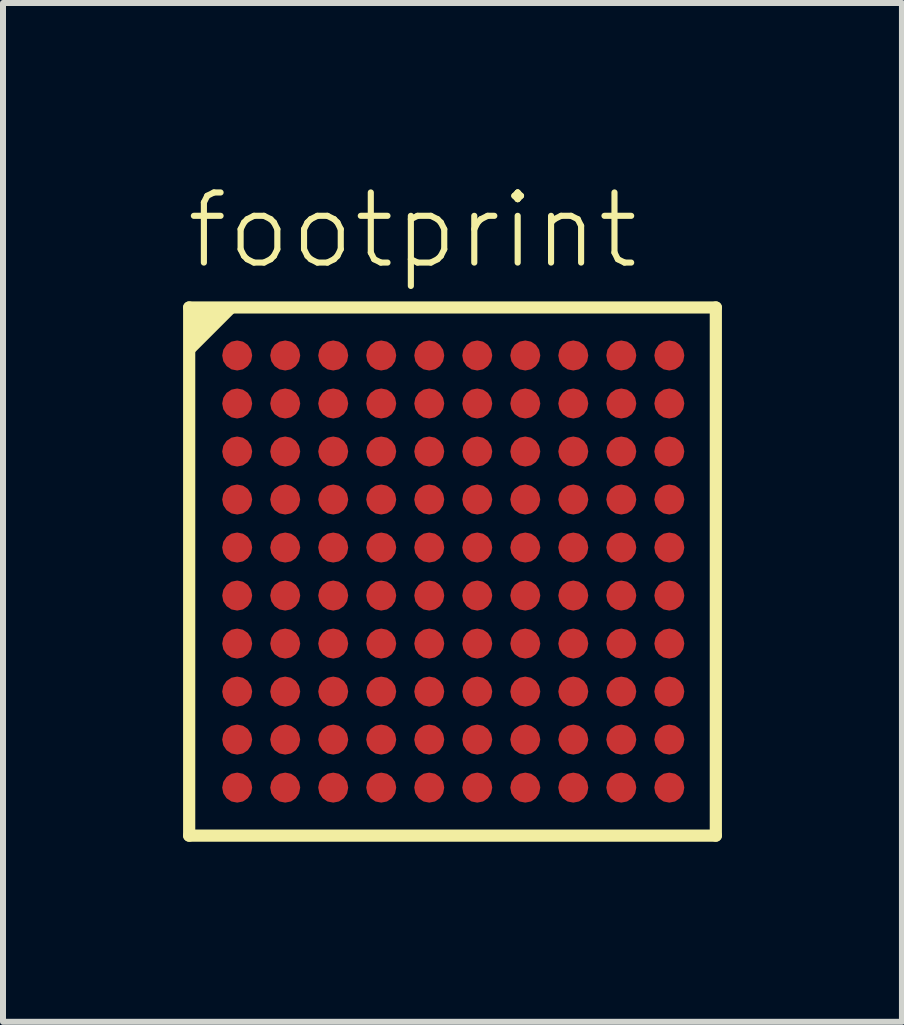
<source format=kicad_pcb>
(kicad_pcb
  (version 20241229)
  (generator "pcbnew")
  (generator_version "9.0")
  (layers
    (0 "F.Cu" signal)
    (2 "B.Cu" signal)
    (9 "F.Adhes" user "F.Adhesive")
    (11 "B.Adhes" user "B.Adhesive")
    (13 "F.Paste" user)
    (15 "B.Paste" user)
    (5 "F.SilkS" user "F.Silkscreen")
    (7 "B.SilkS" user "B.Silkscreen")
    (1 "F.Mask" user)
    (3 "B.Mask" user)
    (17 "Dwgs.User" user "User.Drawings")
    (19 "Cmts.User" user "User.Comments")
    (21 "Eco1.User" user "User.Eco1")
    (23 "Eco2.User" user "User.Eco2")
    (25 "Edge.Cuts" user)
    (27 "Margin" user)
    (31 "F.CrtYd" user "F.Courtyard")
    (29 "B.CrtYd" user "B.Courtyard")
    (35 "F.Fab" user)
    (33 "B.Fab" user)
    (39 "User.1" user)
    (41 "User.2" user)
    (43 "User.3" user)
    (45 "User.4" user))
  (footprint "footprint"
    (layer "F.Cu")
    (at 4.502 6.473)
    (property "Reference" "footprint" (at -4.5 -5 0) (layer "F.SilkS") (effects (font (size 1.168 1.168) (thickness 0.102)) (justify left bottom)))
    (fp_circle (center -3.6 -3.6) (end -3.487 -3.6) (stroke (width 0.225) (type solid)) (fill yes) (layer "F.Mask"))
    (fp_circle (center -3.6 -2.8) (end -3.487 -2.8) (stroke (width 0.225) (type solid)) (fill yes) (layer "F.Mask"))
    (fp_circle (center -3.6 -2) (end -3.487 -2) (stroke (width 0.225) (type solid)) (fill yes) (layer "F.Mask"))
    (fp_circle (center -3.6 -1.2) (end -3.487 -1.2) (stroke (width 0.225) (type solid)) (fill yes) (layer "F.Mask"))
    (fp_circle (center -3.6 -0.4) (end -3.487 -0.4) (stroke (width 0.225) (type solid)) (fill yes) (layer "F.Mask"))
    (fp_circle (center -3.6 0.4) (end -3.487 0.4) (stroke (width 0.225) (type solid)) (fill yes) (layer "F.Mask"))
    (fp_circle (center -3.6 1.2) (end -3.487 1.2) (stroke (width 0.225) (type solid)) (fill yes) (layer "F.Mask"))
    (fp_circle (center -3.6 2) (end -3.487 2) (stroke (width 0.225) (type solid)) (fill yes) (layer "F.Mask"))
    (fp_circle (center -3.6 2.8) (end -3.487 2.8) (stroke (width 0.225) (type solid)) (fill yes) (layer "F.Mask"))
    (fp_circle (center -3.6 3.6) (end -3.487 3.6) (stroke (width 0.225) (type solid)) (fill yes) (layer "F.Mask"))
    (fp_circle (center -2.8 -3.6) (end -2.688 -3.6) (stroke (width 0.225) (type solid)) (fill yes) (layer "F.Mask"))
    (fp_circle (center -2.8 -2.8) (end -2.688 -2.8) (stroke (width 0.225) (type solid)) (fill yes) (layer "F.Mask"))
    (fp_circle (center -2.8 -2) (end -2.688 -2) (stroke (width 0.225) (type solid)) (fill yes) (layer "F.Mask"))
    (fp_circle (center -2.8 -1.2) (end -2.688 -1.2) (stroke (width 0.225) (type solid)) (fill yes) (layer "F.Mask"))
    (fp_circle (center -2.8 -0.4) (end -2.688 -0.4) (stroke (width 0.225) (type solid)) (fill yes) (layer "F.Mask"))
    (fp_circle (center -2.8 0.4) (end -2.688 0.4) (stroke (width 0.225) (type solid)) (fill yes) (layer "F.Mask"))
    (fp_circle (center -2.8 1.2) (end -2.688 1.2) (stroke (width 0.225) (type solid)) (fill yes) (layer "F.Mask"))
    (fp_circle (center -2.8 2) (end -2.688 2) (stroke (width 0.225) (type solid)) (fill yes) (layer "F.Mask"))
    (fp_circle (center -2.8 2.8) (end -2.688 2.8) (stroke (width 0.225) (type solid)) (fill yes) (layer "F.Mask"))
    (fp_circle (center -2.8 3.6) (end -2.688 3.6) (stroke (width 0.225) (type solid)) (fill yes) (layer "F.Mask"))
    (fp_circle (center -2 -3.6) (end -1.887 -3.6) (stroke (width 0.225) (type solid)) (fill yes) (layer "F.Mask"))
    (fp_circle (center -2 -2.8) (end -1.887 -2.8) (stroke (width 0.225) (type solid)) (fill yes) (layer "F.Mask"))
    (fp_circle (center -2 -2) (end -1.887 -2) (stroke (width 0.225) (type solid)) (fill yes) (layer "F.Mask"))
    (fp_circle (center -2 -1.2) (end -1.887 -1.2) (stroke (width 0.225) (type solid)) (fill yes) (layer "F.Mask"))
    (fp_circle (center -2 -0.4) (end -1.887 -0.4) (stroke (width 0.225) (type solid)) (fill yes) (layer "F.Mask"))
    (fp_circle (center -2 0.4) (end -1.887 0.4) (stroke (width 0.225) (type solid)) (fill yes) (layer "F.Mask"))
    (fp_circle (center -2 1.2) (end -1.887 1.2) (stroke (width 0.225) (type solid)) (fill yes) (layer "F.Mask"))
    (fp_circle (center -2 2) (end -1.887 2) (stroke (width 0.225) (type solid)) (fill yes) (layer "F.Mask"))
    (fp_circle (center -2 2.8) (end -1.887 2.8) (stroke (width 0.225) (type solid)) (fill yes) (layer "F.Mask"))
    (fp_circle (center -2 3.6) (end -1.887 3.6) (stroke (width 0.225) (type solid)) (fill yes) (layer "F.Mask"))
    (fp_circle (center -1.2 -3.6) (end -1.087 -3.6) (stroke (width 0.225) (type solid)) (fill yes) (layer "F.Mask"))
    (fp_circle (center -1.2 -2.8) (end -1.087 -2.8) (stroke (width 0.225) (type solid)) (fill yes) (layer "F.Mask"))
    (fp_circle (center -1.2 -2) (end -1.087 -2) (stroke (width 0.225) (type solid)) (fill yes) (layer "F.Mask"))
    (fp_circle (center -1.2 -1.2) (end -1.087 -1.2) (stroke (width 0.225) (type solid)) (fill yes) (layer "F.Mask"))
    (fp_circle (center -1.2 -0.4) (end -1.087 -0.4) (stroke (width 0.225) (type solid)) (fill yes) (layer "F.Mask"))
    (fp_circle (center -1.2 0.4) (end -1.087 0.4) (stroke (width 0.225) (type solid)) (fill yes) (layer "F.Mask"))
    (fp_circle (center -1.2 1.2) (end -1.087 1.2) (stroke (width 0.225) (type solid)) (fill yes) (layer "F.Mask"))
    (fp_circle (center -1.2 2) (end -1.087 2) (stroke (width 0.225) (type solid)) (fill yes) (layer "F.Mask"))
    (fp_circle (center -1.2 2.8) (end -1.087 2.8) (stroke (width 0.225) (type solid)) (fill yes) (layer "F.Mask"))
    (fp_circle (center -1.2 3.6) (end -1.087 3.6) (stroke (width 0.225) (type solid)) (fill yes) (layer "F.Mask"))
    (fp_circle (center -0.4 -3.6) (end -0.287 -3.6) (stroke (width 0.225) (type solid)) (fill yes) (layer "F.Mask"))
    (fp_circle (center -0.4 -2.8) (end -0.287 -2.8) (stroke (width 0.225) (type solid)) (fill yes) (layer "F.Mask"))
    (fp_circle (center -0.4 -2) (end -0.287 -2) (stroke (width 0.225) (type solid)) (fill yes) (layer "F.Mask"))
    (fp_circle (center -0.4 -1.2) (end -0.287 -1.2) (stroke (width 0.225) (type solid)) (fill yes) (layer "F.Mask"))
    (fp_circle (center -0.4 -0.4) (end -0.287 -0.4) (stroke (width 0.225) (type solid)) (fill yes) (layer "F.Mask"))
    (fp_circle (center -0.4 0.4) (end -0.287 0.4) (stroke (width 0.225) (type solid)) (fill yes) (layer "F.Mask"))
    (fp_circle (center -0.4 1.2) (end -0.287 1.2) (stroke (width 0.225) (type solid)) (fill yes) (layer "F.Mask"))
    (fp_circle (center -0.4 2) (end -0.287 2) (stroke (width 0.225) (type solid)) (fill yes) (layer "F.Mask"))
    (fp_circle (center -0.4 2.8) (end -0.287 2.8) (stroke (width 0.225) (type solid)) (fill yes) (layer "F.Mask"))
    (fp_circle (center -0.4 3.6) (end -0.287 3.6) (stroke (width 0.225) (type solid)) (fill yes) (layer "F.Mask"))
    (fp_circle (center 0.4 -3.6) (end 0.512 -3.6) (stroke (width 0.225) (type solid)) (fill yes) (layer "F.Mask"))
    (fp_circle (center 0.4 -2.8) (end 0.512 -2.8) (stroke (width 0.225) (type solid)) (fill yes) (layer "F.Mask"))
    (fp_circle (center 0.4 -2) (end 0.512 -2) (stroke (width 0.225) (type solid)) (fill yes) (layer "F.Mask"))
    (fp_circle (center 0.4 -1.2) (end 0.512 -1.2) (stroke (width 0.225) (type solid)) (fill yes) (layer "F.Mask"))
    (fp_circle (center 0.4 -0.4) (end 0.512 -0.4) (stroke (width 0.225) (type solid)) (fill yes) (layer "F.Mask"))
    (fp_circle (center 0.4 0.4) (end 0.512 0.4) (stroke (width 0.225) (type solid)) (fill yes) (layer "F.Mask"))
    (fp_circle (center 0.4 1.2) (end 0.512 1.2) (stroke (width 0.225) (type solid)) (fill yes) (layer "F.Mask"))
    (fp_circle (center 0.4 2) (end 0.512 2) (stroke (width 0.225) (type solid)) (fill yes) (layer "F.Mask"))
    (fp_circle (center 0.4 2.8) (end 0.512 2.8) (stroke (width 0.225) (type solid)) (fill yes) (layer "F.Mask"))
    (fp_circle (center 0.4 3.6) (end 0.512 3.6) (stroke (width 0.225) (type solid)) (fill yes) (layer "F.Mask"))
    (fp_circle (center 1.2 -3.6) (end 1.312 -3.6) (stroke (width 0.225) (type solid)) (fill yes) (layer "F.Mask"))
    (fp_circle (center 1.2 -2.8) (end 1.312 -2.8) (stroke (width 0.225) (type solid)) (fill yes) (layer "F.Mask"))
    (fp_circle (center 1.2 -2) (end 1.312 -2) (stroke (width 0.225) (type solid)) (fill yes) (layer "F.Mask"))
    (fp_circle (center 1.2 -1.2) (end 1.312 -1.2) (stroke (width 0.225) (type solid)) (fill yes) (layer "F.Mask"))
    (fp_circle (center 1.2 -0.4) (end 1.312 -0.4) (stroke (width 0.225) (type solid)) (fill yes) (layer "F.Mask"))
    (fp_circle (center 1.2 0.4) (end 1.312 0.4) (stroke (width 0.225) (type solid)) (fill yes) (layer "F.Mask"))
    (fp_circle (center 1.2 1.2) (end 1.312 1.2) (stroke (width 0.225) (type solid)) (fill yes) (layer "F.Mask"))
    (fp_circle (center 1.2 2) (end 1.312 2) (stroke (width 0.225) (type solid)) (fill yes) (layer "F.Mask"))
    (fp_circle (center 1.2 2.8) (end 1.312 2.8) (stroke (width 0.225) (type solid)) (fill yes) (layer "F.Mask"))
    (fp_circle (center 1.2 3.6) (end 1.312 3.6) (stroke (width 0.225) (type solid)) (fill yes) (layer "F.Mask"))
    (fp_circle (center 2 -3.6) (end 2.112 -3.6) (stroke (width 0.225) (type solid)) (fill yes) (layer "F.Mask"))
    (fp_circle (center 2 -2.8) (end 2.112 -2.8) (stroke (width 0.225) (type solid)) (fill yes) (layer "F.Mask"))
    (fp_circle (center 2 -2) (end 2.112 -2) (stroke (width 0.225) (type solid)) (fill yes) (layer "F.Mask"))
    (fp_circle (center 2 -1.2) (end 2.112 -1.2) (stroke (width 0.225) (type solid)) (fill yes) (layer "F.Mask"))
    (fp_circle (center 2 -0.4) (end 2.112 -0.4) (stroke (width 0.225) (type solid)) (fill yes) (layer "F.Mask"))
    (fp_circle (center 2 0.4) (end 2.112 0.4) (stroke (width 0.225) (type solid)) (fill yes) (layer "F.Mask"))
    (fp_circle (center 2 1.2) (end 2.112 1.2) (stroke (width 0.225) (type solid)) (fill yes) (layer "F.Mask"))
    (fp_circle (center 2 2) (end 2.112 2) (stroke (width 0.225) (type solid)) (fill yes) (layer "F.Mask"))
    (fp_circle (center 2 2.8) (end 2.112 2.8) (stroke (width 0.225) (type solid)) (fill yes) (layer "F.Mask"))
    (fp_circle (center 2 3.6) (end 2.112 3.6) (stroke (width 0.225) (type solid)) (fill yes) (layer "F.Mask"))
    (fp_circle (center 2.8 -3.6) (end 2.913 -3.6) (stroke (width 0.225) (type solid)) (fill yes) (layer "F.Mask"))
    (fp_circle (center 2.8 -2.8) (end 2.913 -2.8) (stroke (width 0.225) (type solid)) (fill yes) (layer "F.Mask"))
    (fp_circle (center 2.8 -2) (end 2.913 -2) (stroke (width 0.225) (type solid)) (fill yes) (layer "F.Mask"))
    (fp_circle (center 2.8 -1.2) (end 2.913 -1.2) (stroke (width 0.225) (type solid)) (fill yes) (layer "F.Mask"))
    (fp_circle (center 2.8 -0.4) (end 2.913 -0.4) (stroke (width 0.225) (type solid)) (fill yes) (layer "F.Mask"))
    (fp_circle (center 2.8 0.4) (end 2.913 0.4) (stroke (width 0.225) (type solid)) (fill yes) (layer "F.Mask"))
    (fp_circle (center 2.8 1.2) (end 2.913 1.2) (stroke (width 0.225) (type solid)) (fill yes) (layer "F.Mask"))
    (fp_circle (center 2.8 2) (end 2.913 2) (stroke (width 0.225) (type solid)) (fill yes) (layer "F.Mask"))
    (fp_circle (center 2.8 2.8) (end 2.913 2.8) (stroke (width 0.225) (type solid)) (fill yes) (layer "F.Mask"))
    (fp_circle (center 2.8 3.6) (end 2.913 3.6) (stroke (width 0.225) (type solid)) (fill yes) (layer "F.Mask"))
    (fp_circle (center 3.6 -3.6) (end 3.712 -3.6) (stroke (width 0.225) (type solid)) (fill yes) (layer "F.Mask"))
    (fp_circle (center 3.6 -2.8) (end 3.712 -2.8) (stroke (width 0.225) (type solid)) (fill yes) (layer "F.Mask"))
    (fp_circle (center 3.6 -2) (end 3.712 -2) (stroke (width 0.225) (type solid)) (fill yes) (layer "F.Mask"))
    (fp_circle (center 3.6 -1.2) (end 3.712 -1.2) (stroke (width 0.225) (type solid)) (fill yes) (layer "F.Mask"))
    (fp_circle (center 3.6 -0.4) (end 3.712 -0.4) (stroke (width 0.225) (type solid)) (fill yes) (layer "F.Mask"))
    (fp_circle (center 3.6 0.4) (end 3.712 0.4) (stroke (width 0.225) (type solid)) (fill yes) (layer "F.Mask"))
    (fp_circle (center 3.6 1.2) (end 3.712 1.2) (stroke (width 0.225) (type solid)) (fill yes) (layer "F.Mask"))
    (fp_circle (center 3.6 2) (end 3.712 2) (stroke (width 0.225) (type solid)) (fill yes) (layer "F.Mask"))
    (fp_circle (center 3.6 2.8) (end 3.712 2.8) (stroke (width 0.225) (type solid)) (fill yes) (layer "F.Mask"))
    (fp_circle (center 3.6 3.6) (end 3.712 3.6) (stroke (width 0.225) (type solid)) (fill yes) (layer "F.Mask"))
    (fp_line (start -4.4 -4.4) (end 4.375 -4.4) (stroke (width 0.203) (type solid)) (layer "F.SilkS"))
    (fp_line (start -4.4 4.4) (end -4.4 -4.4) (stroke (width 0.203) (type solid)) (layer "F.SilkS"))
    (fp_line (start 4.375 -4.4) (end 4.375 4.4) (stroke (width 0.203) (type solid)) (layer "F.SilkS"))
    (fp_line (start 4.375 4.4) (end -4.4 4.4) (stroke (width 0.203) (type solid)) (layer "F.SilkS"))
    (fp_poly (pts (xy -4.452 -3.505) (xy -4.452 -4.477) (xy -3.48 -4.477)) (stroke (width 0) (type solid)) (fill yes) (layer "F.SilkS"))
    (pad "A1" smd roundrect (at -3.6 -3.6) (size 0.5 0.5) (layers "F.Cu") (roundrect_rratio 0.5))
    (pad "A2" smd roundrect (at -2.8 -3.6) (size 0.5 0.5) (layers "F.Cu") (roundrect_rratio 0.5))
    (pad "A3" smd roundrect (at -2 -3.6) (size 0.5 0.5) (layers "F.Cu") (roundrect_rratio 0.5))
    (pad "A4" smd roundrect (at -1.2 -3.6) (size 0.5 0.5) (layers "F.Cu") (roundrect_rratio 0.5))
    (pad "A5" smd roundrect (at -0.4 -3.6) (size 0.5 0.5) (layers "F.Cu") (roundrect_rratio 0.5))
    (pad "A6" smd roundrect (at 0.4 -3.6) (size 0.5 0.5) (layers "F.Cu") (roundrect_rratio 0.5))
    (pad "A7" smd roundrect (at 1.2 -3.6) (size 0.5 0.5) (layers "F.Cu") (roundrect_rratio 0.5))
    (pad "A8" smd roundrect (at 2 -3.6) (size 0.5 0.5) (layers "F.Cu") (roundrect_rratio 0.5))
    (pad "A9" smd roundrect (at 2.8 -3.6) (size 0.5 0.5) (layers "F.Cu") (roundrect_rratio 0.5))
    (pad "A10" smd roundrect (at 3.6 -3.6) (size 0.5 0.5) (layers "F.Cu") (roundrect_rratio 0.5))
    (pad "B1" smd roundrect (at -3.6 -2.8) (size 0.5 0.5) (layers "F.Cu") (roundrect_rratio 0.5))
    (pad "B2" smd roundrect (at -2.8 -2.8) (size 0.5 0.5) (layers "F.Cu") (roundrect_rratio 0.5))
    (pad "B3" smd roundrect (at -2 -2.8) (size 0.5 0.5) (layers "F.Cu") (roundrect_rratio 0.5))
    (pad "B4" smd roundrect (at -1.2 -2.8) (size 0.5 0.5) (layers "F.Cu") (roundrect_rratio 0.5))
    (pad "B5" smd roundrect (at -0.4 -2.8) (size 0.5 0.5) (layers "F.Cu") (roundrect_rratio 0.5))
    (pad "B6" smd roundrect (at 0.4 -2.8) (size 0.5 0.5) (layers "F.Cu") (roundrect_rratio 0.5))
    (pad "B7" smd roundrect (at 1.2 -2.8) (size 0.5 0.5) (layers "F.Cu") (roundrect_rratio 0.5))
    (pad "B8" smd roundrect (at 2 -2.8) (size 0.5 0.5) (layers "F.Cu") (roundrect_rratio 0.5))
    (pad "B9" smd roundrect (at 2.8 -2.8) (size 0.5 0.5) (layers "F.Cu") (roundrect_rratio 0.5))
    (pad "B10" smd roundrect (at 3.6 -2.8) (size 0.5 0.5) (layers "F.Cu") (roundrect_rratio 0.5))
    (pad "C1" smd roundrect (at -3.6 -2) (size 0.5 0.5) (layers "F.Cu") (roundrect_rratio 0.5))
    (pad "C2" smd roundrect (at -2.8 -2) (size 0.5 0.5) (layers "F.Cu") (roundrect_rratio 0.5))
    (pad "C3" smd roundrect (at -2 -2) (size 0.5 0.5) (layers "F.Cu") (roundrect_rratio 0.5))
    (pad "C4" smd roundrect (at -1.2 -2) (size 0.5 0.5) (layers "F.Cu") (roundrect_rratio 0.5))
    (pad "C5" smd roundrect (at -0.4 -2) (size 0.5 0.5) (layers "F.Cu") (roundrect_rratio 0.5))
    (pad "C6" smd roundrect (at 0.4 -2) (size 0.5 0.5) (layers "F.Cu") (roundrect_rratio 0.5))
    (pad "C7" smd roundrect (at 1.2 -2) (size 0.5 0.5) (layers "F.Cu") (roundrect_rratio 0.5))
    (pad "C8" smd roundrect (at 2 -2) (size 0.5 0.5) (layers "F.Cu") (roundrect_rratio 0.5))
    (pad "C9" smd roundrect (at 2.8 -2) (size 0.5 0.5) (layers "F.Cu") (roundrect_rratio 0.5))
    (pad "C10" smd roundrect (at 3.6 -2) (size 0.5 0.5) (layers "F.Cu") (roundrect_rratio 0.5))
    (pad "D1" smd roundrect (at -3.6 -1.2) (size 0.5 0.5) (layers "F.Cu") (roundrect_rratio 0.5))
    (pad "D2" smd roundrect (at -2.8 -1.2) (size 0.5 0.5) (layers "F.Cu") (roundrect_rratio 0.5))
    (pad "D3" smd roundrect (at -2 -1.2) (size 0.5 0.5) (layers "F.Cu") (roundrect_rratio 0.5))
    (pad "D4" smd roundrect (at -1.2 -1.2) (size 0.5 0.5) (layers "F.Cu") (roundrect_rratio 0.5))
    (pad "D5" smd roundrect (at -0.4 -1.2) (size 0.5 0.5) (layers "F.Cu") (roundrect_rratio 0.5))
    (pad "D6" smd roundrect (at 0.4 -1.2) (size 0.5 0.5) (layers "F.Cu") (roundrect_rratio 0.5))
    (pad "D7" smd roundrect (at 1.2 -1.2) (size 0.5 0.5) (layers "F.Cu") (roundrect_rratio 0.5))
    (pad "D8" smd roundrect (at 2 -1.2) (size 0.5 0.5) (layers "F.Cu") (roundrect_rratio 0.5))
    (pad "D9" smd roundrect (at 2.8 -1.2) (size 0.5 0.5) (layers "F.Cu") (roundrect_rratio 0.5))
    (pad "D10" smd roundrect (at 3.6 -1.2) (size 0.5 0.5) (layers "F.Cu") (roundrect_rratio 0.5))
    (pad "E1" smd roundrect (at -3.6 -0.4) (size 0.5 0.5) (layers "F.Cu") (roundrect_rratio 0.5))
    (pad "E2" smd roundrect (at -2.8 -0.4) (size 0.5 0.5) (layers "F.Cu") (roundrect_rratio 0.5))
    (pad "E3" smd roundrect (at -2 -0.4) (size 0.5 0.5) (layers "F.Cu") (roundrect_rratio 0.5))
    (pad "E4" smd roundrect (at -1.2 -0.4) (size 0.5 0.5) (layers "F.Cu") (roundrect_rratio 0.5))
    (pad "E5" smd roundrect (at -0.4 -0.4) (size 0.5 0.5) (layers "F.Cu") (roundrect_rratio 0.5))
    (pad "E6" smd roundrect (at 0.4 -0.4) (size 0.5 0.5) (layers "F.Cu") (roundrect_rratio 0.5))
    (pad "E7" smd roundrect (at 1.2 -0.4) (size 0.5 0.5) (layers "F.Cu") (roundrect_rratio 0.5))
    (pad "E8" smd roundrect (at 2 -0.4) (size 0.5 0.5) (layers "F.Cu") (roundrect_rratio 0.5))
    (pad "E9" smd roundrect (at 2.8 -0.4) (size 0.5 0.5) (layers "F.Cu") (roundrect_rratio 0.5))
    (pad "E10" smd roundrect (at 3.6 -0.4) (size 0.5 0.5) (layers "F.Cu") (roundrect_rratio 0.5))
    (pad "F1" smd roundrect (at -3.6 0.4) (size 0.5 0.5) (layers "F.Cu") (roundrect_rratio 0.5))
    (pad "F2" smd roundrect (at -2.8 0.4) (size 0.5 0.5) (layers "F.Cu") (roundrect_rratio 0.5))
    (pad "F3" smd roundrect (at -2 0.4) (size 0.5 0.5) (layers "F.Cu") (roundrect_rratio 0.5))
    (pad "F4" smd roundrect (at -1.2 0.4) (size 0.5 0.5) (layers "F.Cu") (roundrect_rratio 0.5))
    (pad "F5" smd roundrect (at -0.4 0.4) (size 0.5 0.5) (layers "F.Cu") (roundrect_rratio 0.5))
    (pad "F6" smd roundrect (at 0.4 0.4) (size 0.5 0.5) (layers "F.Cu") (roundrect_rratio 0.5))
    (pad "F7" smd roundrect (at 1.2 0.4) (size 0.5 0.5) (layers "F.Cu") (roundrect_rratio 0.5))
    (pad "F8" smd roundrect (at 2 0.4) (size 0.5 0.5) (layers "F.Cu") (roundrect_rratio 0.5))
    (pad "F9" smd roundrect (at 2.8 0.4) (size 0.5 0.5) (layers "F.Cu") (roundrect_rratio 0.5))
    (pad "F10" smd roundrect (at 3.6 0.4) (size 0.5 0.5) (layers "F.Cu") (roundrect_rratio 0.5))
    (pad "G1" smd roundrect (at -3.6 1.2) (size 0.5 0.5) (layers "F.Cu") (roundrect_rratio 0.5))
    (pad "G2" smd roundrect (at -2.8 1.2) (size 0.5 0.5) (layers "F.Cu") (roundrect_rratio 0.5))
    (pad "G3" smd roundrect (at -2 1.2) (size 0.5 0.5) (layers "F.Cu") (roundrect_rratio 0.5))
    (pad "G4" smd roundrect (at -1.2 1.2) (size 0.5 0.5) (layers "F.Cu") (roundrect_rratio 0.5))
    (pad "G5" smd roundrect (at -0.4 1.2) (size 0.5 0.5) (layers "F.Cu") (roundrect_rratio 0.5))
    (pad "G6" smd roundrect (at 0.4 1.2) (size 0.5 0.5) (layers "F.Cu") (roundrect_rratio 0.5))
    (pad "G7" smd roundrect (at 1.2 1.2) (size 0.5 0.5) (layers "F.Cu") (roundrect_rratio 0.5))
    (pad "G8" smd roundrect (at 2 1.2) (size 0.5 0.5) (layers "F.Cu") (roundrect_rratio 0.5))
    (pad "G9" smd roundrect (at 2.8 1.2) (size 0.5 0.5) (layers "F.Cu") (roundrect_rratio 0.5))
    (pad "G10" smd roundrect (at 3.6 1.2) (size 0.5 0.5) (layers "F.Cu") (roundrect_rratio 0.5))
    (pad "H1" smd roundrect (at -3.6 2) (size 0.5 0.5) (layers "F.Cu") (roundrect_rratio 0.5))
    (pad "H2" smd roundrect (at -2.8 2) (size 0.5 0.5) (layers "F.Cu") (roundrect_rratio 0.5))
    (pad "H3" smd roundrect (at -2 2) (size 0.5 0.5) (layers "F.Cu") (roundrect_rratio 0.5))
    (pad "H4" smd roundrect (at -1.2 2) (size 0.5 0.5) (layers "F.Cu") (roundrect_rratio 0.5))
    (pad "H5" smd roundrect (at -0.4 2) (size 0.5 0.5) (layers "F.Cu") (roundrect_rratio 0.5))
    (pad "H6" smd roundrect (at 0.4 2) (size 0.5 0.5) (layers "F.Cu") (roundrect_rratio 0.5))
    (pad "H7" smd roundrect (at 1.2 2) (size 0.5 0.5) (layers "F.Cu") (roundrect_rratio 0.5))
    (pad "H8" smd roundrect (at 2 2) (size 0.5 0.5) (layers "F.Cu") (roundrect_rratio 0.5))
    (pad "H9" smd roundrect (at 2.8 2) (size 0.5 0.5) (layers "F.Cu") (roundrect_rratio 0.5))
    (pad "H10" smd roundrect (at 3.6 2) (size 0.5 0.5) (layers "F.Cu") (roundrect_rratio 0.5))
    (pad "J1" smd roundrect (at -3.6 2.8) (size 0.5 0.5) (layers "F.Cu") (roundrect_rratio 0.5))
    (pad "J2" smd roundrect (at -2.8 2.8) (size 0.5 0.5) (layers "F.Cu") (roundrect_rratio 0.5))
    (pad "J3" smd roundrect (at -2 2.8) (size 0.5 0.5) (layers "F.Cu") (roundrect_rratio 0.5))
    (pad "J4" smd roundrect (at -1.2 2.8) (size 0.5 0.5) (layers "F.Cu") (roundrect_rratio 0.5))
    (pad "J5" smd roundrect (at -0.4 2.8) (size 0.5 0.5) (layers "F.Cu") (roundrect_rratio 0.5))
    (pad "J6" smd roundrect (at 0.4 2.8) (size 0.5 0.5) (layers "F.Cu") (roundrect_rratio 0.5))
    (pad "J7" smd roundrect (at 1.2 2.8) (size 0.5 0.5) (layers "F.Cu") (roundrect_rratio 0.5))
    (pad "J8" smd roundrect (at 2 2.8) (size 0.5 0.5) (layers "F.Cu") (roundrect_rratio 0.5))
    (pad "J9" smd roundrect (at 2.8 2.8) (size 0.5 0.5) (layers "F.Cu") (roundrect_rratio 0.5))
    (pad "J10" smd roundrect (at 3.6 2.8) (size 0.5 0.5) (layers "F.Cu") (roundrect_rratio 0.5))
    (pad "K1" smd roundrect (at -3.6 3.6) (size 0.5 0.5) (layers "F.Cu") (roundrect_rratio 0.5))
    (pad "K2" smd roundrect (at -2.8 3.6) (size 0.5 0.5) (layers "F.Cu") (roundrect_rratio 0.5))
    (pad "K3" smd roundrect (at -2 3.6) (size 0.5 0.5) (layers "F.Cu") (roundrect_rratio 0.5))
    (pad "K4" smd roundrect (at -1.2 3.6) (size 0.5 0.5) (layers "F.Cu") (roundrect_rratio 0.5))
    (pad "K5" smd roundrect (at -0.4 3.6) (size 0.5 0.5) (layers "F.Cu") (roundrect_rratio 0.5))
    (pad "K6" smd roundrect (at 0.4 3.6) (size 0.5 0.5) (layers "F.Cu") (roundrect_rratio 0.5))
    (pad "K7" smd roundrect (at 1.2 3.6) (size 0.5 0.5) (layers "F.Cu") (roundrect_rratio 0.5))
    (pad "K8" smd roundrect (at 2 3.6) (size 0.5 0.5) (layers "F.Cu") (roundrect_rratio 0.5))
    (pad "K9" smd roundrect (at 2.8 3.6) (size 0.5 0.5) (layers "F.Cu") (roundrect_rratio 0.5))
    (pad "K10" smd roundrect (at 3.6 3.6) (size 0.5 0.5) (layers "F.Cu") (roundrect_rratio 0.5)))
  (gr_rect
    (start -3 -3)
    (end 11.978 13.975)
    (stroke (width 0.1) (type default))
    (fill no)
    (layer "Edge.Cuts")))
</source>
